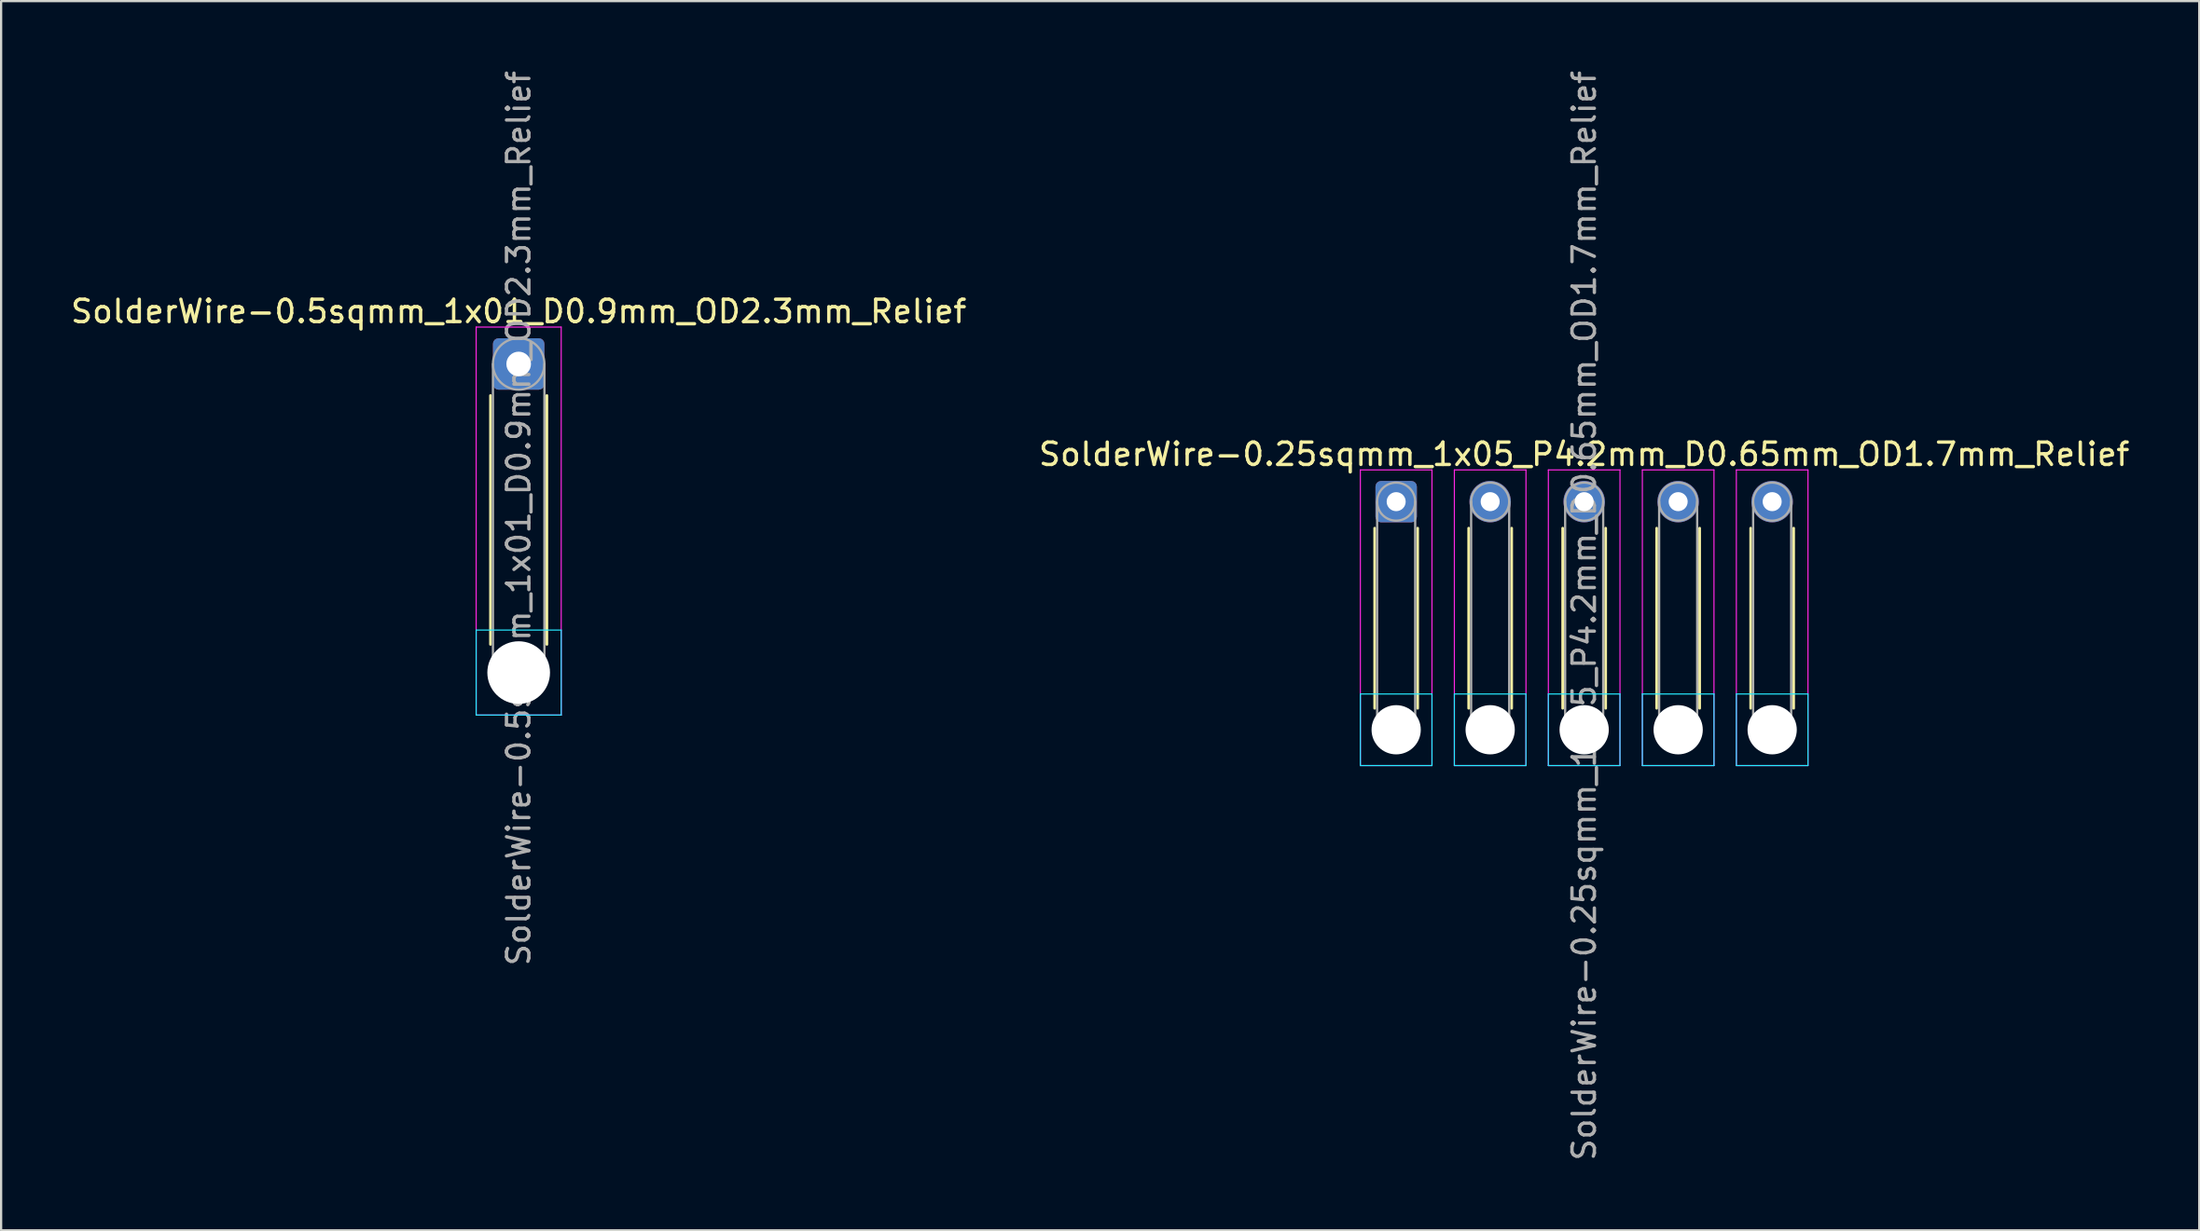
<source format=kicad_pcb>
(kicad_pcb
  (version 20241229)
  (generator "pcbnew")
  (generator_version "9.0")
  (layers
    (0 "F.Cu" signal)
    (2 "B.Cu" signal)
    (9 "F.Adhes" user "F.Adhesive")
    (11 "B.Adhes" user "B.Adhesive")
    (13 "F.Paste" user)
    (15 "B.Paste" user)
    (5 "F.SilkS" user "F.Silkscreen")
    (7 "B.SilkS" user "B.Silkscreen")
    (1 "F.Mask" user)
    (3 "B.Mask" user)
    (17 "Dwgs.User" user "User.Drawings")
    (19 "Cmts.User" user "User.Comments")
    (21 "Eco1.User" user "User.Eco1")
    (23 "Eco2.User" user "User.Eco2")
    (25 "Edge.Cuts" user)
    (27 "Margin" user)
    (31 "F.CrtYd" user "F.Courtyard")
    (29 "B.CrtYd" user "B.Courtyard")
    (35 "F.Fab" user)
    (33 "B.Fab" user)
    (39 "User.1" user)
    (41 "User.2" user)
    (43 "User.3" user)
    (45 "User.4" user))
  (footprint "SolderWire-0.25sqmm_1x05_P4.2mm_D0.65mm_OD1.7mm_Relief"
    (layer "F.Cu")
    (at 59.332 19.382)
    (property "Reference" "SolderWire-0.25sqmm_1x05_P4.2mm_D0.65mm_OD1.7mm_Relief" (at 8.4 -2.12 0) (layer "F.SilkS") (effects (font (size 1 1) (thickness 0.15))))
    (attr exclude_from_pos_files exclude_from_bom)
    (fp_line (start -0.96 1.185) (end -0.96 9.24) (stroke (width 0.12) (type solid)) (layer "F.SilkS"))
    (fp_line (start 0.96 1.185) (end 0.96 9.24) (stroke (width 0.12) (type solid)) (layer "F.SilkS"))
    (fp_line (start 3.24 1.185) (end 3.24 9.24) (stroke (width 0.12) (type solid)) (layer "F.SilkS"))
    (fp_line (start 5.16 1.185) (end 5.16 9.24) (stroke (width 0.12) (type solid)) (layer "F.SilkS"))
    (fp_line (start 7.44 1.185) (end 7.44 9.24) (stroke (width 0.12) (type solid)) (layer "F.SilkS"))
    (fp_line (start 9.36 1.185) (end 9.36 9.24) (stroke (width 0.12) (type solid)) (layer "F.SilkS"))
    (fp_line (start 11.64 1.185) (end 11.64 9.24) (stroke (width 0.12) (type solid)) (layer "F.SilkS"))
    (fp_line (start 13.56 1.185) (end 13.56 9.24) (stroke (width 0.12) (type solid)) (layer "F.SilkS"))
    (fp_line (start 15.84 1.185) (end 15.84 9.24) (stroke (width 0.12) (type solid)) (layer "F.SilkS"))
    (fp_line (start 17.76 1.185) (end 17.76 9.24) (stroke (width 0.12) (type solid)) (layer "F.SilkS"))
    (fp_line (start -1.6 8.6) (end -1.6 11.8) (stroke (width 0.05) (type solid)) (layer "B.CrtYd"))
    (fp_line (start -1.6 11.8) (end 1.6 11.8) (stroke (width 0.05) (type solid)) (layer "B.CrtYd"))
    (fp_line (start 1.6 8.6) (end -1.6 8.6) (stroke (width 0.05) (type solid)) (layer "B.CrtYd"))
    (fp_line (start 1.6 11.8) (end 1.6 8.6) (stroke (width 0.05) (type solid)) (layer "B.CrtYd"))
    (fp_line (start 2.6 8.6) (end 2.6 11.8) (stroke (width 0.05) (type solid)) (layer "B.CrtYd"))
    (fp_line (start 2.6 11.8) (end 5.8 11.8) (stroke (width 0.05) (type solid)) (layer "B.CrtYd"))
    (fp_line (start 5.8 8.6) (end 2.6 8.6) (stroke (width 0.05) (type solid)) (layer "B.CrtYd"))
    (fp_line (start 5.8 11.8) (end 5.8 8.6) (stroke (width 0.05) (type solid)) (layer "B.CrtYd"))
    (fp_line (start 6.8 8.6) (end 6.8 11.8) (stroke (width 0.05) (type solid)) (layer "B.CrtYd"))
    (fp_line (start 6.8 11.8) (end 10 11.8) (stroke (width 0.05) (type solid)) (layer "B.CrtYd"))
    (fp_line (start 10 8.6) (end 6.8 8.6) (stroke (width 0.05) (type solid)) (layer "B.CrtYd"))
    (fp_line (start 10 11.8) (end 10 8.6) (stroke (width 0.05) (type solid)) (layer "B.CrtYd"))
    (fp_line (start 11 8.6) (end 11 11.8) (stroke (width 0.05) (type solid)) (layer "B.CrtYd"))
    (fp_line (start 11 11.8) (end 14.2 11.8) (stroke (width 0.05) (type solid)) (layer "B.CrtYd"))
    (fp_line (start 14.2 8.6) (end 11 8.6) (stroke (width 0.05) (type solid)) (layer "B.CrtYd"))
    (fp_line (start 14.2 11.8) (end 14.2 8.6) (stroke (width 0.05) (type solid)) (layer "B.CrtYd"))
    (fp_line (start 15.2 8.6) (end 15.2 11.8) (stroke (width 0.05) (type solid)) (layer "B.CrtYd"))
    (fp_line (start 15.2 11.8) (end 18.4 11.8) (stroke (width 0.05) (type solid)) (layer "B.CrtYd"))
    (fp_line (start 18.4 8.6) (end 15.2 8.6) (stroke (width 0.05) (type solid)) (layer "B.CrtYd"))
    (fp_line (start 18.4 11.8) (end 18.4 8.6) (stroke (width 0.05) (type solid)) (layer "B.CrtYd"))
    (fp_line (start -1.6 -1.42) (end -1.6 11.8) (stroke (width 0.05) (type solid)) (layer "F.CrtYd"))
    (fp_line (start -1.6 11.8) (end 1.6 11.8) (stroke (width 0.05) (type solid)) (layer "F.CrtYd"))
    (fp_line (start 1.6 -1.42) (end -1.6 -1.42) (stroke (width 0.05) (type solid)) (layer "F.CrtYd"))
    (fp_line (start 1.6 11.8) (end 1.6 -1.42) (stroke (width 0.05) (type solid)) (layer "F.CrtYd"))
    (fp_line (start 2.6 -1.42) (end 2.6 11.8) (stroke (width 0.05) (type solid)) (layer "F.CrtYd"))
    (fp_line (start 2.6 11.8) (end 5.8 11.8) (stroke (width 0.05) (type solid)) (layer "F.CrtYd"))
    (fp_line (start 5.8 -1.42) (end 2.6 -1.42) (stroke (width 0.05) (type solid)) (layer "F.CrtYd"))
    (fp_line (start 5.8 11.8) (end 5.8 -1.42) (stroke (width 0.05) (type solid)) (layer "F.CrtYd"))
    (fp_line (start 6.8 -1.42) (end 6.8 11.8) (stroke (width 0.05) (type solid)) (layer "F.CrtYd"))
    (fp_line (start 6.8 11.8) (end 10 11.8) (stroke (width 0.05) (type solid)) (layer "F.CrtYd"))
    (fp_line (start 10 -1.42) (end 6.8 -1.42) (stroke (width 0.05) (type solid)) (layer "F.CrtYd"))
    (fp_line (start 10 11.8) (end 10 -1.42) (stroke (width 0.05) (type solid)) (layer "F.CrtYd"))
    (fp_line (start 11 -1.42) (end 11 11.8) (stroke (width 0.05) (type solid)) (layer "F.CrtYd"))
    (fp_line (start 11 11.8) (end 14.2 11.8) (stroke (width 0.05) (type solid)) (layer "F.CrtYd"))
    (fp_line (start 14.2 -1.42) (end 11 -1.42) (stroke (width 0.05) (type solid)) (layer "F.CrtYd"))
    (fp_line (start 14.2 11.8) (end 14.2 -1.42) (stroke (width 0.05) (type solid)) (layer "F.CrtYd"))
    (fp_line (start 15.2 -1.42) (end 15.2 11.8) (stroke (width 0.05) (type solid)) (layer "F.CrtYd"))
    (fp_line (start 15.2 11.8) (end 18.4 11.8) (stroke (width 0.05) (type solid)) (layer "F.CrtYd"))
    (fp_line (start 18.4 -1.42) (end 15.2 -1.42) (stroke (width 0.05) (type solid)) (layer "F.CrtYd"))
    (fp_line (start 18.4 11.8) (end 18.4 -1.42) (stroke (width 0.05) (type solid)) (layer "F.CrtYd"))
    (fp_line (start -0.85 0) (end -0.85 10.2) (stroke (width 0.1) (type solid)) (layer "F.Fab"))
    (fp_line (start 0.85 0) (end 0.85 10.2) (stroke (width 0.1) (type solid)) (layer "F.Fab"))
    (fp_line (start 3.35 0) (end 3.35 10.2) (stroke (width 0.1) (type solid)) (layer "F.Fab"))
    (fp_line (start 5.05 0) (end 5.05 10.2) (stroke (width 0.1) (type solid)) (layer "F.Fab"))
    (fp_line (start 7.55 0) (end 7.55 10.2) (stroke (width 0.1) (type solid)) (layer "F.Fab"))
    (fp_line (start 9.25 0) (end 9.25 10.2) (stroke (width 0.1) (type solid)) (layer "F.Fab"))
    (fp_line (start 11.75 0) (end 11.75 10.2) (stroke (width 0.1) (type solid)) (layer "F.Fab"))
    (fp_line (start 13.45 0) (end 13.45 10.2) (stroke (width 0.1) (type solid)) (layer "F.Fab"))
    (fp_line (start 15.95 0) (end 15.95 10.2) (stroke (width 0.1) (type solid)) (layer "F.Fab"))
    (fp_line (start 17.65 0) (end 17.65 10.2) (stroke (width 0.1) (type solid)) (layer "F.Fab"))
    (fp_circle (center 0 0) (end 0.85 0) (stroke (width 0.1) (type solid)) (fill no) (layer "F.Fab"))
    (fp_circle (center 0 10.2) (end 0.85 10.2) (stroke (width 0.1) (type solid)) (fill no) (layer "F.Fab"))
    (fp_circle (center 4.2 0) (end 5.05 0) (stroke (width 0.1) (type solid)) (fill no) (layer "F.Fab"))
    (fp_circle (center 4.2 10.2) (end 5.05 10.2) (stroke (width 0.1) (type solid)) (fill no) (layer "F.Fab"))
    (fp_circle (center 8.4 0) (end 9.25 0) (stroke (width 0.1) (type solid)) (fill no) (layer "F.Fab"))
    (fp_circle (center 8.4 10.2) (end 9.25 10.2) (stroke (width 0.1) (type solid)) (fill no) (layer "F.Fab"))
    (fp_circle (center 12.6 0) (end 13.45 0) (stroke (width 0.1) (type solid)) (fill no) (layer "F.Fab"))
    (fp_circle (center 12.6 10.2) (end 13.45 10.2) (stroke (width 0.1) (type solid)) (fill no) (layer "F.Fab"))
    (fp_circle (center 16.8 0) (end 17.65 0) (stroke (width 0.1) (type solid)) (fill no) (layer "F.Fab"))
    (fp_circle (center 16.8 10.2) (end 17.65 10.2) (stroke (width 0.1) (type solid)) (fill no) (layer "F.Fab"))
    (fp_text user "${REFERENCE}" (at 8.4 5.1 90) (layer "F.Fab") (effects (font (size 1 1) (thickness 0.15))))
    (pad "" np_thru_hole circle (at 0 10.2) (size 2.2 2.2) (drill 2.2) (layers "*.Cu" "*.Mask"))
    (pad "" np_thru_hole circle (at 4.2 10.2) (size 2.2 2.2) (drill 2.2) (layers "*.Cu" "*.Mask"))
    (pad "" np_thru_hole circle (at 8.4 10.2) (size 2.2 2.2) (drill 2.2) (layers "*.Cu" "*.Mask"))
    (pad "" np_thru_hole circle (at 12.6 10.2) (size 2.2 2.2) (drill 2.2) (layers "*.Cu" "*.Mask"))
    (pad "" np_thru_hole circle (at 16.8 10.2) (size 2.2 2.2) (drill 2.2) (layers "*.Cu" "*.Mask"))
    (pad "1" thru_hole roundrect (at 0 0) (size 1.85 1.85) (drill 0.85) (layers "*.Cu" "*.Mask") (roundrect_rratio 0.135))
    (pad "2" thru_hole circle (at 4.2 0) (size 1.85 1.85) (drill 0.85) (layers "*.Cu" "*.Mask"))
    (pad "3" thru_hole circle (at 8.4 0) (size 1.85 1.85) (drill 0.85) (layers "*.Cu" "*.Mask"))
    (pad "4" thru_hole circle (at 12.6 0) (size 1.85 1.85) (drill 0.85) (layers "*.Cu" "*.Mask"))
    (pad "5" thru_hole circle (at 16.8 0) (size 1.85 1.85) (drill 0.85) (layers "*.Cu" "*.Mask")))
  (footprint "SolderWire-0.5sqmm_1x01_D0.9mm_OD2.3mm_Relief"
    (layer "F.Cu")
    (at 20.125 13.225)
    (property "Reference" "SolderWire-0.5sqmm_1x01_D0.9mm_OD2.3mm_Relief" (at 0 -2.35 0) (layer "F.SilkS") (effects (font (size 1 1) (thickness 0.15))))
    (attr exclude_from_pos_files exclude_from_bom)
    (fp_line (start -1.26 1.41) (end -1.26 12.54) (stroke (width 0.12) (type solid)) (layer "F.SilkS"))
    (fp_line (start 1.26 1.41) (end 1.26 12.54) (stroke (width 0.12) (type solid)) (layer "F.SilkS"))
    (fp_line (start -1.9 11.9) (end -1.9 15.7) (stroke (width 0.05) (type solid)) (layer "B.CrtYd"))
    (fp_line (start -1.9 15.7) (end 1.9 15.7) (stroke (width 0.05) (type solid)) (layer "B.CrtYd"))
    (fp_line (start 1.9 11.9) (end -1.9 11.9) (stroke (width 0.05) (type solid)) (layer "B.CrtYd"))
    (fp_line (start 1.9 15.7) (end 1.9 11.9) (stroke (width 0.05) (type solid)) (layer "B.CrtYd"))
    (fp_line (start -1.9 -1.65) (end -1.9 15.7) (stroke (width 0.05) (type solid)) (layer "F.CrtYd"))
    (fp_line (start -1.9 15.7) (end 1.9 15.7) (stroke (width 0.05) (type solid)) (layer "F.CrtYd"))
    (fp_line (start 1.9 -1.65) (end -1.9 -1.65) (stroke (width 0.05) (type solid)) (layer "F.CrtYd"))
    (fp_line (start 1.9 15.7) (end 1.9 -1.65) (stroke (width 0.05) (type solid)) (layer "F.CrtYd"))
    (fp_line (start -1.15 0) (end -1.15 13.8) (stroke (width 0.1) (type solid)) (layer "F.Fab"))
    (fp_line (start 1.15 0) (end 1.15 13.8) (stroke (width 0.1) (type solid)) (layer "F.Fab"))
    (fp_circle (center 0 0) (end 1.15 0) (stroke (width 0.1) (type solid)) (fill no) (layer "F.Fab"))
    (fp_circle (center 0 13.8) (end 1.15 13.8) (stroke (width 0.1) (type solid)) (fill no) (layer "F.Fab"))
    (fp_text user "${REFERENCE}" (at 0 6.9 90) (layer "F.Fab") (effects (font (size 1 1) (thickness 0.15))))
    (pad "" np_thru_hole circle (at 0 13.8) (size 2.8 2.8) (drill 2.8) (layers "*.Cu" "*.Mask"))
    (pad "1" thru_hole roundrect (at 0 0) (size 2.3 2.3) (drill 1.1) (layers "*.Cu" "*.Mask") (roundrect_rratio 0.109)))
  (gr_rect
    (start -3 -3)
    (end 95.214 51.964)
    (stroke (width 0.1) (type default))
    (fill no)
    (layer "Edge.Cuts")))
</source>
